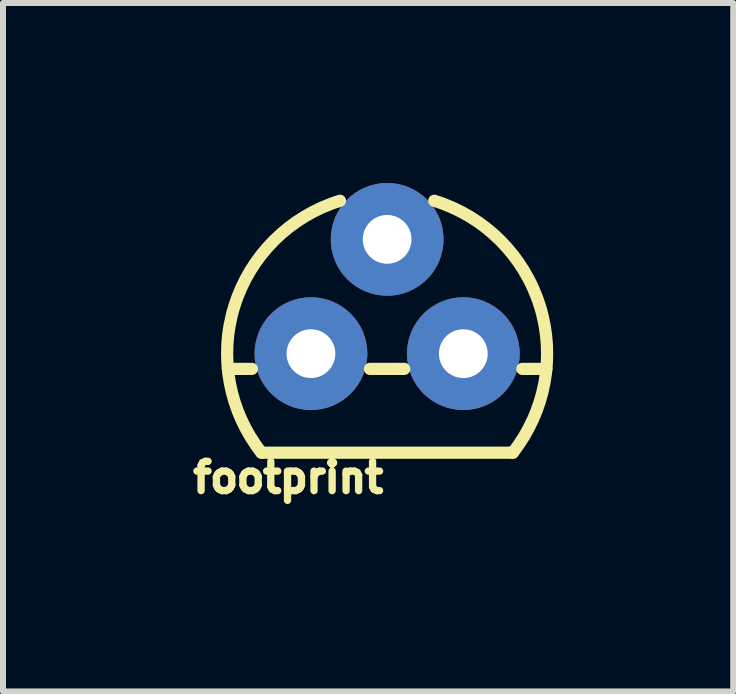
<source format=kicad_pcb>
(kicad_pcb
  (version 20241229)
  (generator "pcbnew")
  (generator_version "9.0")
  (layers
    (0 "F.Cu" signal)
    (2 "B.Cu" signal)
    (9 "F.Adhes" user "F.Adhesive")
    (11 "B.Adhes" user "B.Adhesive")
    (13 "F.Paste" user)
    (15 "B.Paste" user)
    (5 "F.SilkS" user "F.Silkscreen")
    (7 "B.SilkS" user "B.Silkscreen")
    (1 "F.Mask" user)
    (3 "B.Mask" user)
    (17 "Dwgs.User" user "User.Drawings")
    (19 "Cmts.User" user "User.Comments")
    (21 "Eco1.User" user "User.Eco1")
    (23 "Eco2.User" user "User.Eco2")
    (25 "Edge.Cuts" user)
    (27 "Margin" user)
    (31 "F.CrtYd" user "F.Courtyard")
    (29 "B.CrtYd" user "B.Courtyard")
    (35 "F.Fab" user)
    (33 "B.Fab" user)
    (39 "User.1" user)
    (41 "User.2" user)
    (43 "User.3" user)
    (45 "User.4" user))
  (footprint "footprint"
    (layer "F.Cu")
    (at 3.403 2.845)
    (property "Reference" "footprint" (at 0 1.778 0) (layer "F.SilkS") (effects (font (size 0.488 0.488) (thickness 0.122)) (justify right top)))
    (fp_line (start -2.655 0.254) (end -2.254 0.254) (stroke (width 0.203) (type solid)) (layer "F.SilkS"))
    (fp_line (start -2.095 1.651) (end 2.095 1.651) (stroke (width 0.203) (type solid)) (layer "F.SilkS"))
    (fp_line (start -0.286 0.254) (end 0.286 0.254) (stroke (width 0.203) (type solid)) (layer "F.SilkS"))
    (fp_line (start 2.254 0.254) (end 2.655 0.254) (stroke (width 0.203) (type solid)) (layer "F.SilkS"))
    (fp_arc (start -2.0946 1.651) (mid -2.54634 -0.793276) (end -0.786301 -2.548501) (stroke (width 0.2032) (type solid)) (layer "F.SilkS"))
    (fp_arc (start 0.7863 -2.5484) (mid 2.54627 -0.793202) (end 2.0945 1.650999) (stroke (width 0.2032) (type solid)) (layer "F.SilkS"))
    (pad "1" thru_hole circle (at -1.27 0) (size 1.88 1.88) (drill 0.813) (layers "*.Cu" "*.Mask"))
    (pad "2" thru_hole circle (at 0 -1.905) (size 1.88 1.88) (drill 0.813) (layers "*.Cu" "*.Mask"))
    (pad "3" thru_hole circle (at 1.27 0) (size 1.88 1.88) (drill 0.813) (layers "*.Cu" "*.Mask")))
  (gr_rect
    (start -3 -3)
    (end 9.172 8.476)
    (stroke (width 0.1) (type default))
    (fill no)
    (layer "Edge.Cuts")))
</source>
